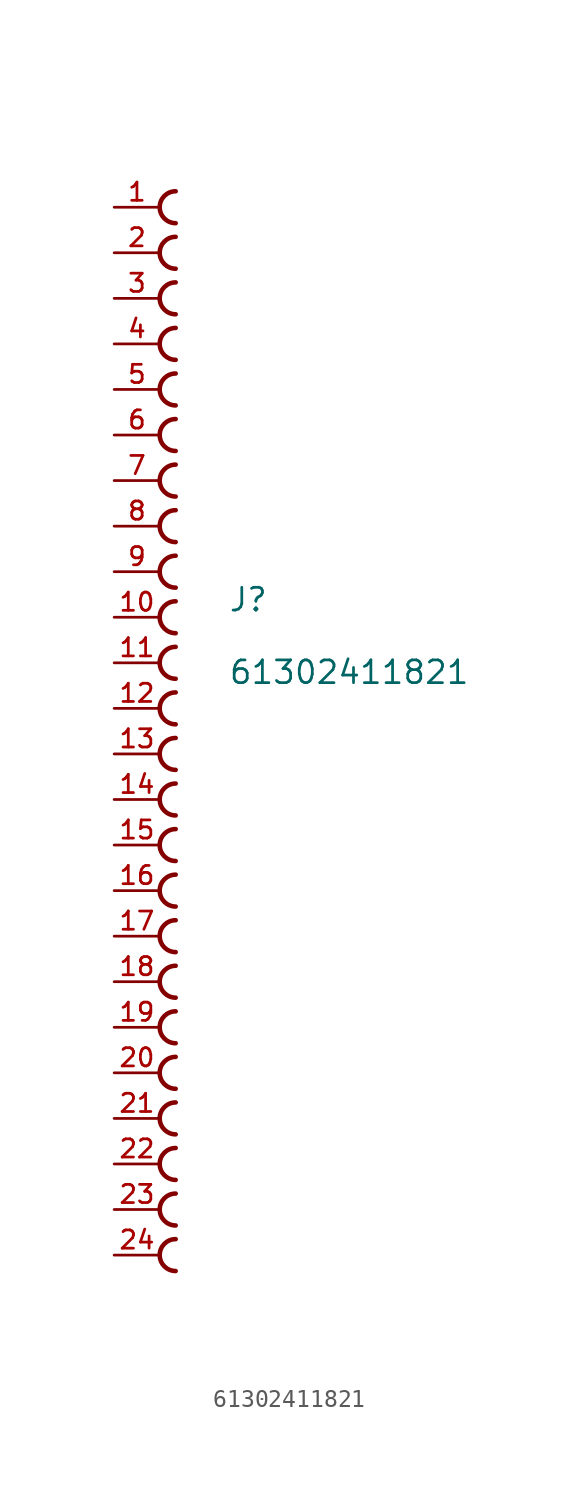
<source format=kicad_sym>
(kicad_symbol_lib
  (version 20211014)
  (generator kicad_symbol_editor)
  (symbol "61302411821"
    (pin_names
      (offset 1.016))
    (property "Reference" "J"
      (at 3.81 0.238 0)
      (effects (font (size 1.27 1.27)) (justify bottom left)))
    (property "Value" "61302411821"
      (at 3.81 -3.81 0)
      (effects (font (size 1.27 1.27)) (justify bottom left)))
    (symbol "61302411821_0_0"
      (arc (start 0.889 21.971) (mid 0.0 22.86) (end 0.889 23.749) (stroke (width 0.254) (type default) (color 0 0 0 0)) (fill (type none)))
      (arc (start 0.889 19.431) (mid 0.0 20.32) (end 0.889 21.209) (stroke (width 0.254) (type default) (color 0 0 0 0)) (fill (type none)))
      (arc (start 0.889 16.891) (mid 0.0 17.78) (end 0.889 18.669) (stroke (width 0.254) (type default) (color 0 0 0 0)) (fill (type none)))
      (arc (start 0.889 14.351) (mid 0.0 15.24) (end 0.889 16.129) (stroke (width 0.254) (type default) (color 0 0 0 0)) (fill (type none)))
      (arc (start 0.889 11.811) (mid -0.0 12.7) (end 0.889 13.589) (stroke (width 0.254) (type default) (color 0 0 0 0)) (fill (type none)))
      (arc (start 0.889 9.271) (mid 0.0 10.16) (end 0.889 11.049) (stroke (width 0.254) (type default) (color 0 0 0 0)) (fill (type none)))
      (arc (start 0.889 6.731) (mid -0.0 7.62) (end 0.889 8.509) (stroke (width 0.254) (type default) (color 0 0 0 0)) (fill (type none)))
      (arc (start 0.889 4.191) (mid -0.0 5.08) (end 0.889 5.969) (stroke (width 0.254) (type default) (color 0 0 0 0)) (fill (type none)))
      (arc (start 0.889 1.651) (mid 0.0 2.54) (end 0.889 3.429) (stroke (width 0.254) (type default) (color 0 0 0 0)) (fill (type none)))
      (arc (start 0.889 -0.889) (mid 0.0 0.0) (end 0.889 0.889) (stroke (width 0.254) (type default) (color 0 0 0 0)) (fill (type none)))
      (arc (start 0.889 -3.429) (mid 0.0 -2.54) (end 0.889 -1.651) (stroke (width 0.254) (type default) (color 0 0 0 0)) (fill (type none)))
      (arc (start 0.889 -5.969) (mid -0.0 -5.08) (end 0.889 -4.191) (stroke (width 0.254) (type default) (color 0 0 0 0)) (fill (type none)))
      (arc (start 0.889 -8.509) (mid -0.0 -7.62) (end 0.889 -6.731) (stroke (width 0.254) (type default) (color 0 0 0 0)) (fill (type none)))
      (arc (start 0.889 -11.049) (mid 0.0 -10.16) (end 0.889 -9.271) (stroke (width 0.254) (type default) (color 0 0 0 0)) (fill (type none)))
      (arc (start 0.889 -13.589) (mid 0.0 -12.7) (end 0.889 -11.811) (stroke (width 0.254) (type default) (color 0 0 0 0)) (fill (type none)))
      (arc (start 0.889 -16.129) (mid -0.0 -15.24) (end 0.889 -14.351) (stroke (width 0.254) (type default) (color 0 0 0 0)) (fill (type none)))
      (arc (start 0.889 -18.669) (mid -0.0 -17.78) (end 0.889 -16.891) (stroke (width 0.254) (type default) (color 0 0 0 0)) (fill (type none)))
      (arc (start 0.889 -21.209) (mid 0.0 -20.32) (end 0.889 -19.431) (stroke (width 0.254) (type default) (color 0 0 0 0)) (fill (type none)))
      (arc (start 0.889 -23.749) (mid 0.0 -22.86) (end 0.889 -21.971) (stroke (width 0.254) (type default) (color 0 0 0 0)) (fill (type none)))
      (arc (start 0.889 -26.289) (mid 0.0 -25.4) (end 0.889 -24.511) (stroke (width 0.254) (type default) (color 0 0 0 0)) (fill (type none)))
      (arc (start 0.889 -28.829) (mid 0.0 -27.94) (end 0.889 -27.051) (stroke (width 0.254) (type default) (color 0 0 0 0)) (fill (type none)))
      (arc (start 0.889 -31.369) (mid 0.0 -30.48) (end 0.889 -29.591) (stroke (width 0.254) (type default) (color 0 0 0 0)) (fill (type none)))
      (arc (start 0.889 -33.909) (mid 0.0 -33.02) (end 0.889 -32.131) (stroke (width 0.254) (type default) (color 0 0 0 0)) (fill (type none)))
      (arc (start 0.889 -36.449) (mid -0.0 -35.56) (end 0.889 -34.671) (stroke (width 0.254) (type default) (color 0 0 0 0)) (fill (type none)))
      (pin passive line (at -2.54 22.86 0) (length 2.54) (name "~" (effects (font (size 1.016 1.016)))) (number "1" (effects (font (size 1.016 1.016)))))
      (pin passive line (at -2.54 20.32 0) (length 2.54) (name "~" (effects (font (size 1.016 1.016)))) (number "2" (effects (font (size 1.016 1.016)))))
      (pin passive line (at -2.54 17.78 0) (length 2.54) (name "~" (effects (font (size 1.016 1.016)))) (number "3" (effects (font (size 1.016 1.016)))))
      (pin passive line (at -2.54 15.24 0) (length 2.54) (name "~" (effects (font (size 1.016 1.016)))) (number "4" (effects (font (size 1.016 1.016)))))
      (pin passive line (at -2.54 12.7 0) (length 2.54) (name "~" (effects (font (size 1.016 1.016)))) (number "5" (effects (font (size 1.016 1.016)))))
      (pin passive line (at -2.54 10.16 0) (length 2.54) (name "~" (effects (font (size 1.016 1.016)))) (number "6" (effects (font (size 1.016 1.016)))))
      (pin passive line (at -2.54 7.62 0) (length 2.54) (name "~" (effects (font (size 1.016 1.016)))) (number "7" (effects (font (size 1.016 1.016)))))
      (pin passive line (at -2.54 5.08 0) (length 2.54) (name "~" (effects (font (size 1.016 1.016)))) (number "8" (effects (font (size 1.016 1.016)))))
      (pin passive line (at -2.54 2.54 0) (length 2.54) (name "~" (effects (font (size 1.016 1.016)))) (number "9" (effects (font (size 1.016 1.016)))))
      (pin passive line (at -2.54 0.0 0) (length 2.54) (name "~" (effects (font (size 1.016 1.016)))) (number "10" (effects (font (size 1.016 1.016)))))
      (pin passive line (at -2.54 -2.54 0) (length 2.54) (name "~" (effects (font (size 1.016 1.016)))) (number "11" (effects (font (size 1.016 1.016)))))
      (pin passive line (at -2.54 -5.08 0) (length 2.54) (name "~" (effects (font (size 1.016 1.016)))) (number "12" (effects (font (size 1.016 1.016)))))
      (pin passive line (at -2.54 -7.62 0) (length 2.54) (name "~" (effects (font (size 1.016 1.016)))) (number "13" (effects (font (size 1.016 1.016)))))
      (pin passive line (at -2.54 -10.16 0) (length 2.54) (name "~" (effects (font (size 1.016 1.016)))) (number "14" (effects (font (size 1.016 1.016)))))
      (pin passive line (at -2.54 -12.7 0) (length 2.54) (name "~" (effects (font (size 1.016 1.016)))) (number "15" (effects (font (size 1.016 1.016)))))
      (pin passive line (at -2.54 -15.24 0) (length 2.54) (name "~" (effects (font (size 1.016 1.016)))) (number "16" (effects (font (size 1.016 1.016)))))
      (pin passive line (at -2.54 -17.78 0) (length 2.54) (name "~" (effects (font (size 1.016 1.016)))) (number "17" (effects (font (size 1.016 1.016)))))
      (pin passive line (at -2.54 -20.32 0) (length 2.54) (name "~" (effects (font (size 1.016 1.016)))) (number "18" (effects (font (size 1.016 1.016)))))
      (pin passive line (at -2.54 -22.86 0) (length 2.54) (name "~" (effects (font (size 1.016 1.016)))) (number "19" (effects (font (size 1.016 1.016)))))
      (pin passive line (at -2.54 -25.4 0) (length 2.54) (name "~" (effects (font (size 1.016 1.016)))) (number "20" (effects (font (size 1.016 1.016)))))
      (pin passive line (at -2.54 -27.94 0) (length 2.54) (name "~" (effects (font (size 1.016 1.016)))) (number "21" (effects (font (size 1.016 1.016)))))
      (pin passive line (at -2.54 -30.48 0) (length 2.54) (name "~" (effects (font (size 1.016 1.016)))) (number "22" (effects (font (size 1.016 1.016)))))
      (pin passive line (at -2.54 -33.02 0) (length 2.54) (name "~" (effects (font (size 1.016 1.016)))) (number "23" (effects (font (size 1.016 1.016)))))
      (pin passive line (at -2.54 -35.56 0) (length 2.54) (name "~" (effects (font (size 1.016 1.016)))) (number "24" (effects (font (size 1.016 1.016))))))))
</source>
